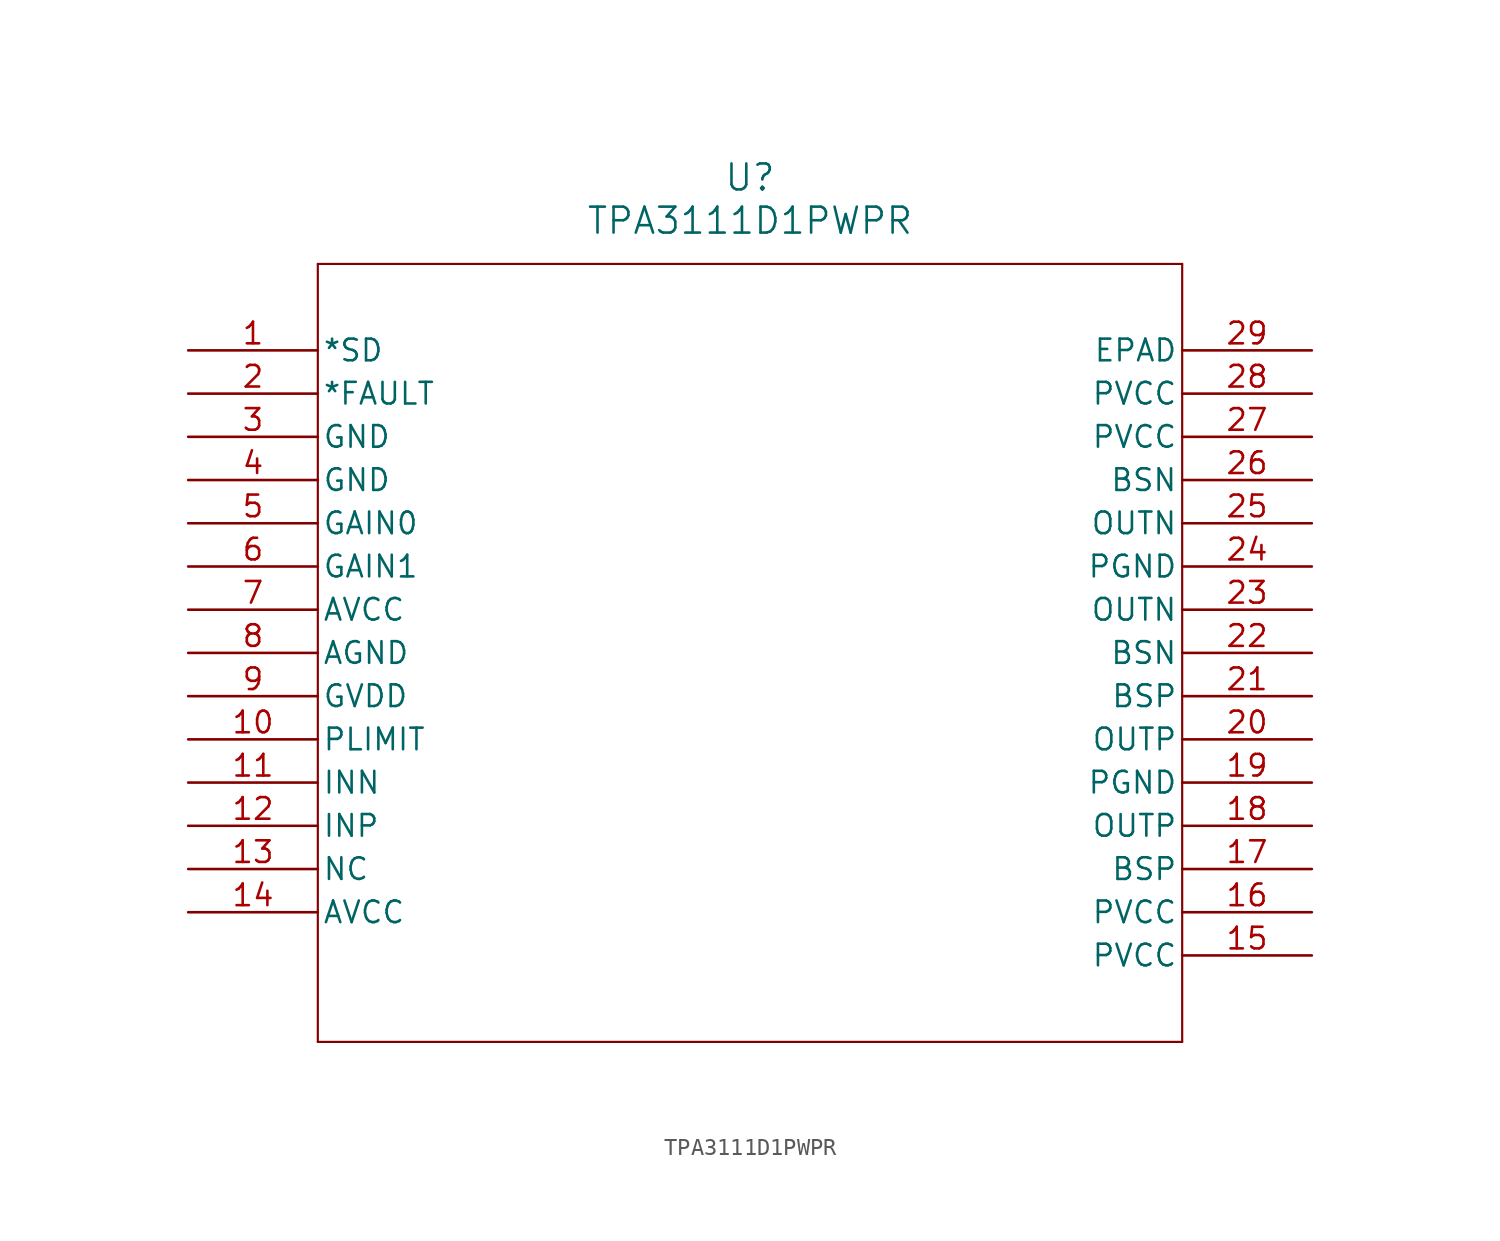
<source format=kicad_sym>
(kicad_symbol_lib
  (version 20231120)
  (generator "kicad_symbol_editor")
  (generator_version "8.0")
  (symbol "TPA3111D1PWPR"
    (pin_names
      (offset 0.254))
    (property "Reference" "U"
      (at 33.02 10.16 0)
      (effects (font (size 1.524 1.524))))
    (property "Value" "TPA3111D1PWPR"
      (at 33.02 7.62 0)
      (effects (font (size 1.524 1.524))))
    (property "ki_locked" ""
      (at 0 0 0)
      (effects (font (size 1.27 1.27))))
    (symbol "TPA3111D1PWPR_0_1"
      (polyline (pts (xy 7.62 -40.64) (xy 58.42 -40.64)) (stroke (width 0.127) (type default)) (fill (type none)))
      (polyline (pts (xy 7.62 5.08) (xy 7.62 -40.64)) (stroke (width 0.127) (type default)) (fill (type none)))
      (polyline (pts (xy 58.42 -40.64) (xy 58.42 5.08)) (stroke (width 0.127) (type default)) (fill (type none)))
      (polyline (pts (xy 58.42 5.08) (xy 7.62 5.08)) (stroke (width 0.127) (type default)) (fill (type none)))
      (pin input line (at 0 0 0) (length 7.62) (name "*SD" (effects (font (size 1.27 1.27)))) (number "1" (effects (font (size 1.27 1.27)))))
      (pin input line (at 0 -22.86 0) (length 7.62) (name "PLIMIT" (effects (font (size 1.27 1.27)))) (number "10" (effects (font (size 1.27 1.27)))))
      (pin input line (at 0 -25.4 0) (length 7.62) (name "INN" (effects (font (size 1.27 1.27)))) (number "11" (effects (font (size 1.27 1.27)))))
      (pin input line (at 0 -27.94 0) (length 7.62) (name "INP" (effects (font (size 1.27 1.27)))) (number "12" (effects (font (size 1.27 1.27)))))
      (pin unspecified line (at 0 -30.48 0) (length 7.62) (name "NC" (effects (font (size 1.27 1.27)))) (number "13" (effects (font (size 1.27 1.27)))))
      (pin power_in line (at 0 -33.02 0) (length 7.62) (name "AVCC" (effects (font (size 1.27 1.27)))) (number "14" (effects (font (size 1.27 1.27)))))
      (pin power_in line (at 66.04 -35.56 180) (length 7.62) (name "PVCC" (effects (font (size 1.27 1.27)))) (number "15" (effects (font (size 1.27 1.27)))))
      (pin power_in line (at 66.04 -33.02 180) (length 7.62) (name "PVCC" (effects (font (size 1.27 1.27)))) (number "16" (effects (font (size 1.27 1.27)))))
      (pin input line (at 66.04 -30.48 180) (length 7.62) (name "BSP" (effects (font (size 1.27 1.27)))) (number "17" (effects (font (size 1.27 1.27)))))
      (pin output line (at 66.04 -27.94 180) (length 7.62) (name "OUTP" (effects (font (size 1.27 1.27)))) (number "18" (effects (font (size 1.27 1.27)))))
      (pin power_in line (at 66.04 -25.4 180) (length 7.62) (name "PGND" (effects (font (size 1.27 1.27)))) (number "19" (effects (font (size 1.27 1.27)))))
      (pin output line (at 0 -2.54 0) (length 7.62) (name "*FAULT" (effects (font (size 1.27 1.27)))) (number "2" (effects (font (size 1.27 1.27)))))
      (pin output line (at 66.04 -22.86 180) (length 7.62) (name "OUTP" (effects (font (size 1.27 1.27)))) (number "20" (effects (font (size 1.27 1.27)))))
      (pin input line (at 66.04 -20.32 180) (length 7.62) (name "BSP" (effects (font (size 1.27 1.27)))) (number "21" (effects (font (size 1.27 1.27)))))
      (pin input line (at 66.04 -17.78 180) (length 7.62) (name "BSN" (effects (font (size 1.27 1.27)))) (number "22" (effects (font (size 1.27 1.27)))))
      (pin output line (at 66.04 -15.24 180) (length 7.62) (name "OUTN" (effects (font (size 1.27 1.27)))) (number "23" (effects (font (size 1.27 1.27)))))
      (pin power_in line (at 66.04 -12.7 180) (length 7.62) (name "PGND" (effects (font (size 1.27 1.27)))) (number "24" (effects (font (size 1.27 1.27)))))
      (pin output line (at 66.04 -10.16 180) (length 7.62) (name "OUTN" (effects (font (size 1.27 1.27)))) (number "25" (effects (font (size 1.27 1.27)))))
      (pin input line (at 66.04 -7.62 180) (length 7.62) (name "BSN" (effects (font (size 1.27 1.27)))) (number "26" (effects (font (size 1.27 1.27)))))
      (pin power_in line (at 66.04 -5.08 180) (length 7.62) (name "PVCC" (effects (font (size 1.27 1.27)))) (number "27" (effects (font (size 1.27 1.27)))))
      (pin power_in line (at 66.04 -2.54 180) (length 7.62) (name "PVCC" (effects (font (size 1.27 1.27)))) (number "28" (effects (font (size 1.27 1.27)))))
      (pin unspecified line (at 66.04 0 180) (length 7.62) (name "EPAD" (effects (font (size 1.27 1.27)))) (number "29" (effects (font (size 1.27 1.27)))))
      (pin power_in line (at 0 -5.08 0) (length 7.62) (name "GND" (effects (font (size 1.27 1.27)))) (number "3" (effects (font (size 1.27 1.27)))))
      (pin power_in line (at 0 -7.62 0) (length 7.62) (name "GND" (effects (font (size 1.27 1.27)))) (number "4" (effects (font (size 1.27 1.27)))))
      (pin input line (at 0 -10.16 0) (length 7.62) (name "GAIN0" (effects (font (size 1.27 1.27)))) (number "5" (effects (font (size 1.27 1.27)))))
      (pin input line (at 0 -12.7 0) (length 7.62) (name "GAIN1" (effects (font (size 1.27 1.27)))) (number "6" (effects (font (size 1.27 1.27)))))
      (pin power_in line (at 0 -15.24 0) (length 7.62) (name "AVCC" (effects (font (size 1.27 1.27)))) (number "7" (effects (font (size 1.27 1.27)))))
      (pin power_in line (at 0 -17.78 0) (length 7.62) (name "AGND" (effects (font (size 1.27 1.27)))) (number "8" (effects (font (size 1.27 1.27)))))
      (pin output line (at 0 -20.32 0) (length 7.62) (name "GVDD" (effects (font (size 1.27 1.27)))) (number "9" (effects (font (size 1.27 1.27))))))))
</source>
